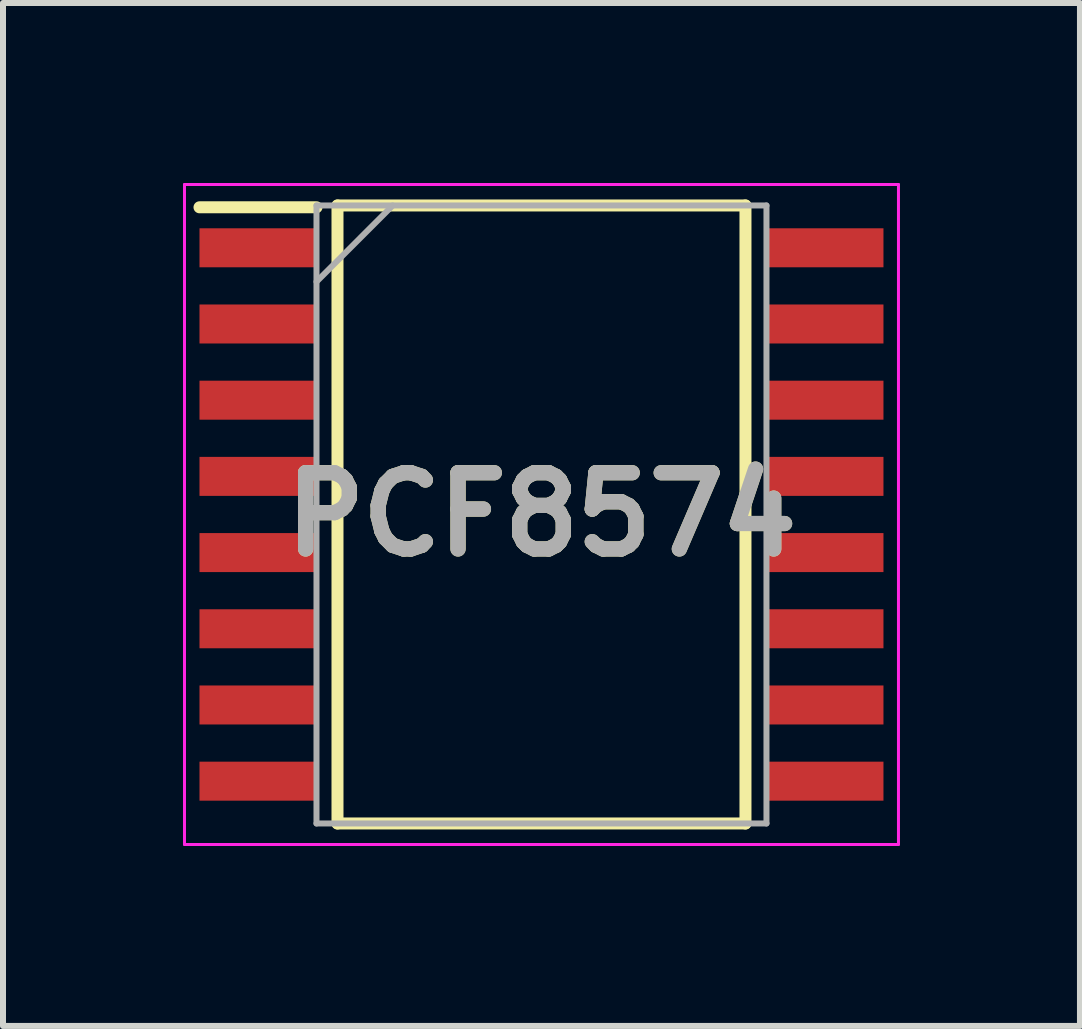
<source format=kicad_pcb>
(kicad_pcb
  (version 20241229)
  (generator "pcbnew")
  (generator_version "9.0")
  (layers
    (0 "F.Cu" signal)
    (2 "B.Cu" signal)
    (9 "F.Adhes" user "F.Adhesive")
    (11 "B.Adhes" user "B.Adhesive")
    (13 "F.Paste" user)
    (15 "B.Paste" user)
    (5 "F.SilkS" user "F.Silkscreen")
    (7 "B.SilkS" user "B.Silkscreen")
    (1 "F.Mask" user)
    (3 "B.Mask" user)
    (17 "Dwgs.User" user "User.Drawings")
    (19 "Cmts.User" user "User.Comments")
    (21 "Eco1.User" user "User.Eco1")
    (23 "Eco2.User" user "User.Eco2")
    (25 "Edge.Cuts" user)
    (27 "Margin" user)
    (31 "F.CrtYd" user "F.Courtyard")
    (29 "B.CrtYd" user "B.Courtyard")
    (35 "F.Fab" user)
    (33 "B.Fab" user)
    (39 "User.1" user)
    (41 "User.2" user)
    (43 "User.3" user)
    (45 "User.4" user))
  (footprint "PCF8574"
    (layer "F.Cu")
    (at 5.975 5.525)
    (property "Reference" "PCF8574" (at 0 0 0) (layer "F.SilkS") (effects (font (size 1.27 1.27) (thickness 0.254))))
    (attr smd)
    (fp_line (start -5.7 -5.12) (end -3.75 -5.12) (stroke (width 0.2) (type solid)) (layer "F.SilkS"))
    (fp_line (start -3.4 -5.15) (end 3.4 -5.15) (stroke (width 0.2) (type solid)) (layer "F.SilkS"))
    (fp_line (start -3.4 5.15) (end -3.4 -5.15) (stroke (width 0.2) (type solid)) (layer "F.SilkS"))
    (fp_line (start 3.4 -5.15) (end 3.4 5.15) (stroke (width 0.2) (type solid)) (layer "F.SilkS"))
    (fp_line (start 3.4 5.15) (end -3.4 5.15) (stroke (width 0.2) (type solid)) (layer "F.SilkS"))
    (fp_line (start -5.95 -5.5) (end 5.95 -5.5) (stroke (width 0.05) (type solid)) (layer "F.CrtYd"))
    (fp_line (start -5.95 5.5) (end -5.95 -5.5) (stroke (width 0.05) (type solid)) (layer "F.CrtYd"))
    (fp_line (start 5.95 -5.5) (end 5.95 5.5) (stroke (width 0.05) (type solid)) (layer "F.CrtYd"))
    (fp_line (start 5.95 5.5) (end -5.95 5.5) (stroke (width 0.05) (type solid)) (layer "F.CrtYd"))
    (fp_line (start -3.75 -5.15) (end 3.75 -5.15) (stroke (width 0.1) (type solid)) (layer "F.Fab"))
    (fp_line (start -3.75 -3.88) (end -2.48 -5.15) (stroke (width 0.1) (type solid)) (layer "F.Fab"))
    (fp_line (start -3.75 5.15) (end -3.75 -5.15) (stroke (width 0.1) (type solid)) (layer "F.Fab"))
    (fp_line (start 3.75 -5.15) (end 3.75 5.15) (stroke (width 0.1) (type solid)) (layer "F.Fab"))
    (fp_line (start 3.75 5.15) (end -3.75 5.15) (stroke (width 0.1) (type solid)) (layer "F.Fab"))
    (fp_text user "${REFERENCE}" (at 0 0 0) (layer "F.Fab") (effects (font (size 1.27 1.27) (thickness 0.254))))
    (pad "1" smd rect (at -4.725 -4.445 90) (size 0.65 1.95) (layers "F.Cu" "F.Mask" "F.Paste"))
    (pad "2" smd rect (at -4.725 -3.175 90) (size 0.65 1.95) (layers "F.Cu" "F.Mask" "F.Paste"))
    (pad "3" smd rect (at -4.725 -1.905 90) (size 0.65 1.95) (layers "F.Cu" "F.Mask" "F.Paste"))
    (pad "4" smd rect (at -4.725 -0.635 90) (size 0.65 1.95) (layers "F.Cu" "F.Mask" "F.Paste"))
    (pad "5" smd rect (at -4.725 0.635 90) (size 0.65 1.95) (layers "F.Cu" "F.Mask" "F.Paste"))
    (pad "6" smd rect (at -4.725 1.905 90) (size 0.65 1.95) (layers "F.Cu" "F.Mask" "F.Paste"))
    (pad "7" smd rect (at -4.725 3.175 90) (size 0.65 1.95) (layers "F.Cu" "F.Mask" "F.Paste"))
    (pad "8" smd rect (at -4.725 4.445 90) (size 0.65 1.95) (layers "F.Cu" "F.Mask" "F.Paste"))
    (pad "9" smd rect (at 4.725 4.445 90) (size 0.65 1.95) (layers "F.Cu" "F.Mask" "F.Paste"))
    (pad "10" smd rect (at 4.725 3.175 90) (size 0.65 1.95) (layers "F.Cu" "F.Mask" "F.Paste"))
    (pad "11" smd rect (at 4.725 1.905 90) (size 0.65 1.95) (layers "F.Cu" "F.Mask" "F.Paste"))
    (pad "12" smd rect (at 4.725 0.635 90) (size 0.65 1.95) (layers "F.Cu" "F.Mask" "F.Paste"))
    (pad "13" smd rect (at 4.725 -0.635 90) (size 0.65 1.95) (layers "F.Cu" "F.Mask" "F.Paste"))
    (pad "14" smd rect (at 4.725 -1.905 90) (size 0.65 1.95) (layers "F.Cu" "F.Mask" "F.Paste"))
    (pad "15" smd rect (at 4.725 -3.175 90) (size 0.65 1.95) (layers "F.Cu" "F.Mask" "F.Paste"))
    (pad "16" smd rect (at 4.725 -4.445 90) (size 0.65 1.95) (layers "F.Cu" "F.Mask" "F.Paste")))
  (gr_rect
    (start -3 -3)
    (end 14.95 14.05)
    (stroke (width 0.1) (type default))
    (fill no)
    (layer "Edge.Cuts")))
</source>
